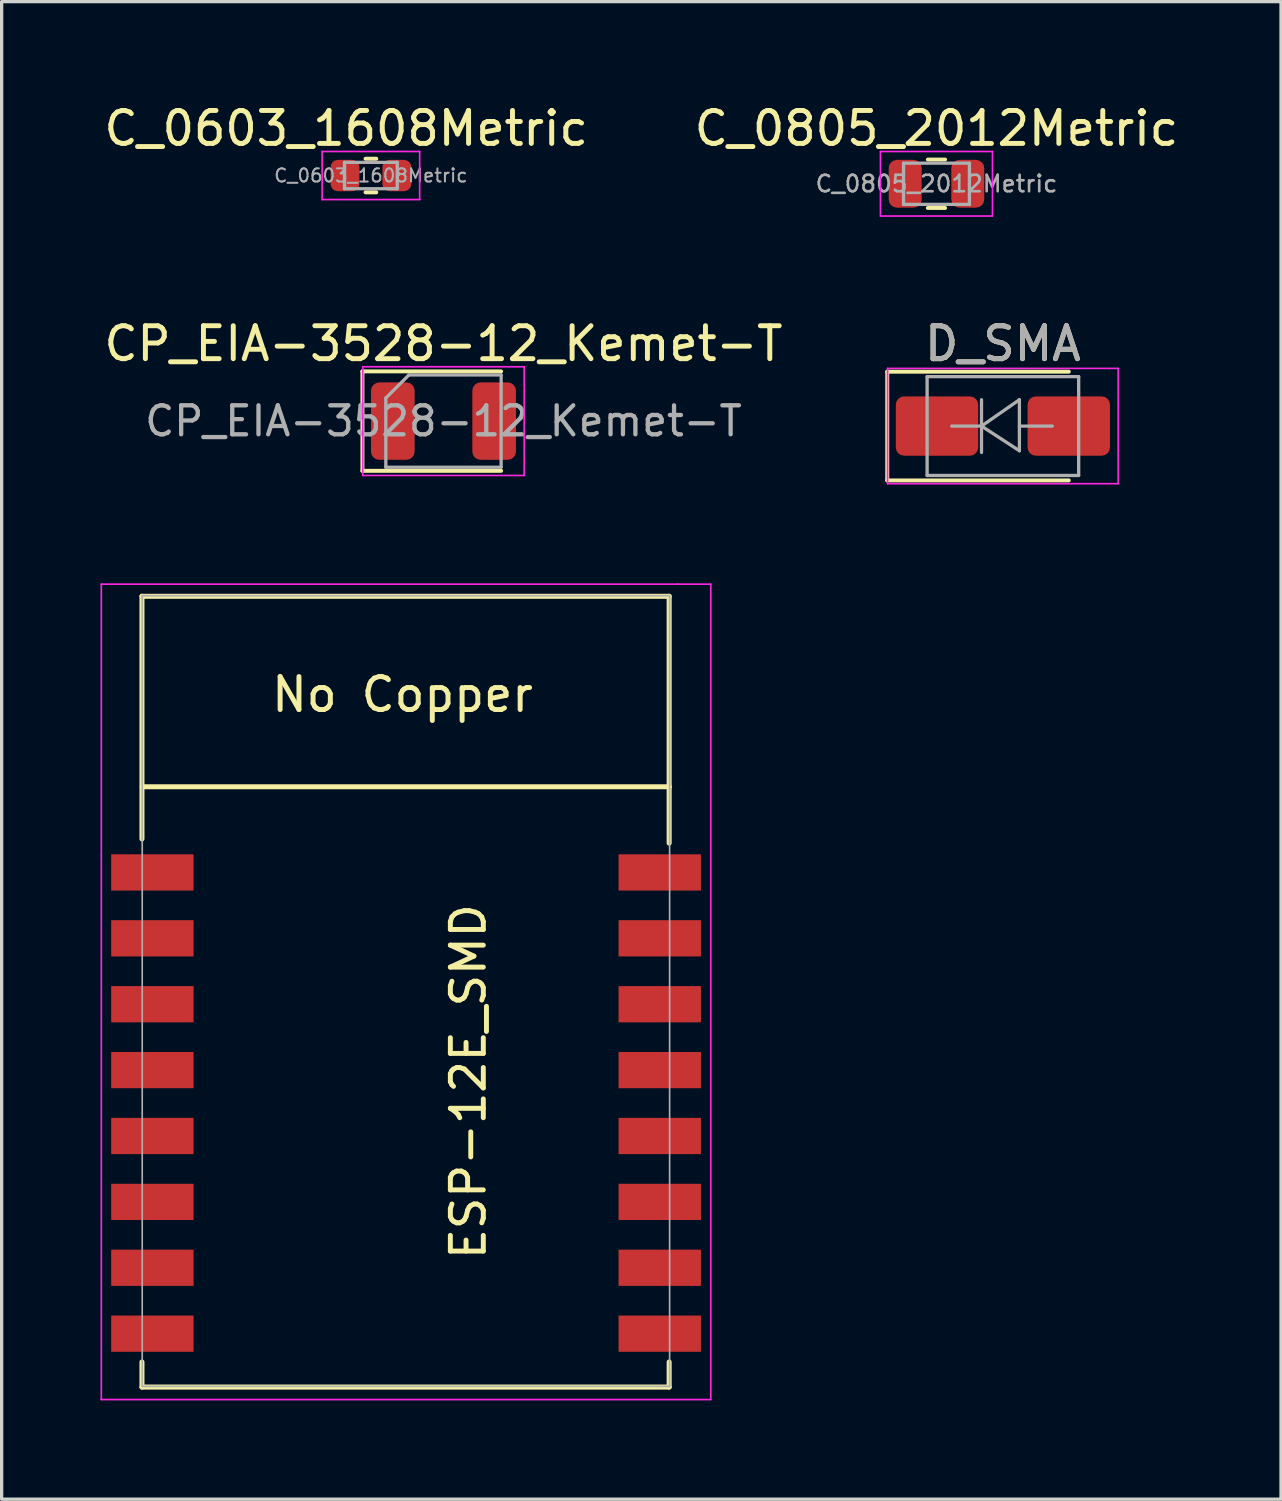
<source format=kicad_pcb>
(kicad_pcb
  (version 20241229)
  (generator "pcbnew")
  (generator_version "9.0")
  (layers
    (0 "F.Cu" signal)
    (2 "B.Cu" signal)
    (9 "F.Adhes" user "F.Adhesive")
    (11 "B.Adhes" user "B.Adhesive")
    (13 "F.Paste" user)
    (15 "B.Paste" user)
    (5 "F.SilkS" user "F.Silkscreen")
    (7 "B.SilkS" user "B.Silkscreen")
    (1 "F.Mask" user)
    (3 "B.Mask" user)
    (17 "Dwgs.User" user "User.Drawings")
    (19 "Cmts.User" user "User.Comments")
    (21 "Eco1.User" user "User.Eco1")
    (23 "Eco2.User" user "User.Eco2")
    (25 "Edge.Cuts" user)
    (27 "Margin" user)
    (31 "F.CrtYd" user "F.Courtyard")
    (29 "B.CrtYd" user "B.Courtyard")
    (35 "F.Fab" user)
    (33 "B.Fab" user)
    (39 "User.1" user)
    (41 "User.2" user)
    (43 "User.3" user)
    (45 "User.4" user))
  (footprint "ESP-12E_SMD"
    (layer "F.Cu")
    (at 2.275 23.431)
    (property "Reference" "ESP-12E_SMD" (at 8.89 6.35 270) (layer "F.SilkS") (effects (font (size 1 1) (thickness 0.15))))
    (attr through_hole)
    (fp_line (start -1.016 -8.382) (end -1.016 -1.016) (stroke (width 0.152) (type solid)) (layer "F.SilkS"))
    (fp_line (start -1.016 -8.382) (end 14.986 -8.382) (stroke (width 0.152) (type solid)) (layer "F.SilkS"))
    (fp_line (start -1.016 14.859) (end -1.016 15.621) (stroke (width 0.152) (type solid)) (layer "F.SilkS"))
    (fp_line (start -1.016 15.621) (end 14.986 15.621) (stroke (width 0.152) (type solid)) (layer "F.SilkS"))
    (fp_line (start -1.008 -2.6) (end 14.992 -2.6) (stroke (width 0.152) (type solid)) (layer "F.SilkS"))
    (fp_line (start 14.986 -8.382) (end 14.986 -0.889) (stroke (width 0.152) (type solid)) (layer "F.SilkS"))
    (fp_line (start 14.986 15.621) (end 14.986 14.859) (stroke (width 0.152) (type solid)) (layer "F.SilkS"))
    (fp_line (start -2.25 -8.75) (end 15.25 -8.75) (stroke (width 0.05) (type solid)) (layer "F.CrtYd"))
    (fp_line (start -2.25 -0.5) (end -2.25 -8.75) (stroke (width 0.05) (type solid)) (layer "F.CrtYd"))
    (fp_line (start -2.25 16) (end -2.25 -0.5) (stroke (width 0.05) (type solid)) (layer "F.CrtYd"))
    (fp_line (start 15.25 -8.75) (end 16.25 -8.75) (stroke (width 0.05) (type solid)) (layer "F.CrtYd"))
    (fp_line (start 16.25 -8.75) (end 16.25 16) (stroke (width 0.05) (type solid)) (layer "F.CrtYd"))
    (fp_line (start 16.25 16) (end -2.25 16) (stroke (width 0.05) (type solid)) (layer "F.CrtYd"))
    (fp_line (start -1.008 -8.4) (end 14.992 -8.4) (stroke (width 0.05) (type solid)) (layer "F.Fab"))
    (fp_line (start -1.008 15.6) (end -1.008 -8.4) (stroke (width 0.05) (type solid)) (layer "F.Fab"))
    (fp_line (start 14.992 15.6) (end -1.008 15.6) (stroke (width 0.05) (type solid)) (layer "F.Fab"))
    (fp_line (start 15 -8.4) (end 15 15.6) (stroke (width 0.05) (type solid)) (layer "F.Fab"))
    (fp_text user "No Copper" (at 6.892 -5.4 0) (layer "F.SilkS") (effects (font (size 1 1) (thickness 0.15))))
    (pad "1" smd rect (at 0 0) (size 2.5 1.1) (drill (offset -0.7 0)) (layers "F.Cu" "F.Mask" "F.Paste"))
    (pad "2" smd rect (at 0 2) (size 2.5 1.1) (drill (offset -0.7 0)) (layers "F.Cu" "F.Mask" "F.Paste"))
    (pad "3" smd rect (at 0 4) (size 2.5 1.1) (drill (offset -0.7 0)) (layers "F.Cu" "F.Mask" "F.Paste"))
    (pad "4" smd rect (at 0 6) (size 2.5 1.1) (drill (offset -0.7 0)) (layers "F.Cu" "F.Mask" "F.Paste"))
    (pad "5" smd rect (at 0 8) (size 2.5 1.1) (drill (offset -0.7 0)) (layers "F.Cu" "F.Mask" "F.Paste"))
    (pad "6" smd rect (at 0 10) (size 2.5 1.1) (drill (offset -0.7 0)) (layers "F.Cu" "F.Mask" "F.Paste"))
    (pad "7" smd rect (at 0 12) (size 2.5 1.1) (drill (offset -0.7 0)) (layers "F.Cu" "F.Mask" "F.Paste"))
    (pad "8" smd rect (at 0 14) (size 2.5 1.1) (drill (offset -0.7 0)) (layers "F.Cu" "F.Mask" "F.Paste"))
    (pad "9" smd rect (at 14 14) (size 2.5 1.1) (drill (offset 0.7 0)) (layers "F.Cu" "F.Mask" "F.Paste"))
    (pad "10" smd rect (at 14 12) (size 2.5 1.1) (drill (offset 0.7 0)) (layers "F.Cu" "F.Mask" "F.Paste"))
    (pad "11" smd rect (at 14 10) (size 2.5 1.1) (drill (offset 0.7 0)) (layers "F.Cu" "F.Mask" "F.Paste"))
    (pad "12" smd rect (at 14 8) (size 2.5 1.1) (drill (offset 0.7 0)) (layers "F.Cu" "F.Mask" "F.Paste"))
    (pad "13" smd rect (at 14 6) (size 2.5 1.1) (drill (offset 0.7 0)) (layers "F.Cu" "F.Mask" "F.Paste"))
    (pad "14" smd rect (at 14 4) (size 2.5 1.1) (drill (offset 0.7 0)) (layers "F.Cu" "F.Mask" "F.Paste"))
    (pad "15" smd rect (at 14 2) (size 2.5 1.1) (drill (offset 0.7 0)) (layers "F.Cu" "F.Mask" "F.Paste"))
    (pad "16" smd rect (at 14 0) (size 2.5 1.1) (drill (offset 0.7 0)) (layers "F.Cu" "F.Mask" "F.Paste")))
  (footprint "C_0805_2012Metric"
    (layer "F.Cu")
    (at 25.375 2.528)
    (property "Reference" "C_0805_2012Metric" (at 0 -1.68 0) (layer "F.SilkS") (effects (font (size 1 1) (thickness 0.15))))
    (attr smd)
    (fp_line (start -0.261 -0.735) (end 0.261 -0.735) (stroke (width 0.12) (type solid)) (layer "F.SilkS"))
    (fp_line (start -0.261 0.735) (end 0.261 0.735) (stroke (width 0.12) (type solid)) (layer "F.SilkS"))
    (fp_line (start -1.7 -0.98) (end 1.7 -0.98) (stroke (width 0.05) (type solid)) (layer "F.CrtYd"))
    (fp_line (start -1.7 0.98) (end -1.7 -0.98) (stroke (width 0.05) (type solid)) (layer "F.CrtYd"))
    (fp_line (start 1.7 -0.98) (end 1.7 0.98) (stroke (width 0.05) (type solid)) (layer "F.CrtYd"))
    (fp_line (start 1.7 0.98) (end -1.7 0.98) (stroke (width 0.05) (type solid)) (layer "F.CrtYd"))
    (fp_line (start -1 -0.625) (end 1 -0.625) (stroke (width 0.1) (type solid)) (layer "F.Fab"))
    (fp_line (start -1 0.625) (end -1 -0.625) (stroke (width 0.1) (type solid)) (layer "F.Fab"))
    (fp_line (start 1 -0.625) (end 1 0.625) (stroke (width 0.1) (type solid)) (layer "F.Fab"))
    (fp_line (start 1 0.625) (end -1 0.625) (stroke (width 0.1) (type solid)) (layer "F.Fab"))
    (fp_text user "${REFERENCE}" (at 0 0 0) (layer "F.Fab") (effects (font (size 0.5 0.5) (thickness 0.08))))
    (pad "1" smd roundrect (at -0.95 0) (size 1 1.45) (layers "F.Cu" "F.Mask" "F.Paste") (roundrect_rratio 0.25))
    (pad "2" smd roundrect (at 0.95 0) (size 1 1.45) (layers "F.Cu" "F.Mask" "F.Paste") (roundrect_rratio 0.25)))
  (footprint "D_SMA"
    (layer "F.Cu")
    (at 27.391 9.882)
    (property "Reference" "D_SMA" (at 0 -2.5 0) (layer "F.SilkS") (effects (font (size 1 1) (thickness 0.15))))
    (attr smd)
    (fp_line (start -3.51 -1.65) (end -3.51 1.65) (stroke (width 0.12) (type solid)) (layer "F.SilkS"))
    (fp_line (start -3.51 -1.65) (end 2 -1.65) (stroke (width 0.12) (type solid)) (layer "F.SilkS"))
    (fp_line (start -3.51 1.65) (end 2 1.65) (stroke (width 0.12) (type solid)) (layer "F.SilkS"))
    (fp_line (start -3.5 -1.75) (end 3.5 -1.75) (stroke (width 0.05) (type solid)) (layer "F.CrtYd"))
    (fp_line (start -3.5 1.75) (end -3.5 -1.75) (stroke (width 0.05) (type solid)) (layer "F.CrtYd"))
    (fp_line (start 3.5 -1.75) (end 3.5 1.75) (stroke (width 0.05) (type solid)) (layer "F.CrtYd"))
    (fp_line (start 3.5 1.75) (end -3.5 1.75) (stroke (width 0.05) (type solid)) (layer "F.CrtYd"))
    (fp_line (start -2.3 1.5) (end -2.3 -1.5) (stroke (width 0.1) (type solid)) (layer "F.Fab"))
    (fp_line (start -0.649 -0.799) (end -0.649 0.801) (stroke (width 0.1) (type solid)) (layer "F.Fab"))
    (fp_line (start -0.649 0.001) (end -1.551 0.001) (stroke (width 0.1) (type solid)) (layer "F.Fab"))
    (fp_line (start -0.649 0.001) (end 0.501 -0.799) (stroke (width 0.1) (type solid)) (layer "F.Fab"))
    (fp_line (start -0.649 0.001) (end 0.501 0.75) (stroke (width 0.1) (type solid)) (layer "F.Fab"))
    (fp_line (start 0.501 0.001) (end 1.499 0.001) (stroke (width 0.1) (type solid)) (layer "F.Fab"))
    (fp_line (start 0.501 0.75) (end 0.501 -0.799) (stroke (width 0.1) (type solid)) (layer "F.Fab"))
    (fp_line (start 2.3 -1.5) (end -2.3 -1.5) (stroke (width 0.1) (type solid)) (layer "F.Fab"))
    (fp_line (start 2.3 -1.5) (end 2.3 1.5) (stroke (width 0.1) (type solid)) (layer "F.Fab"))
    (fp_line (start 2.3 1.5) (end -2.3 1.5) (stroke (width 0.1) (type solid)) (layer "F.Fab"))
    (fp_text user "${REFERENCE}" (at 0 -2.5 0) (layer "F.Fab") (effects (font (size 1 1) (thickness 0.15))))
    (pad "1" smd roundrect (at -2 0) (size 2.5 1.8) (layers "F.Cu" "F.Mask" "F.Paste") (roundrect_rratio 0.139))
    (pad "2" smd roundrect (at 2 0) (size 2.5 1.8) (layers "F.Cu" "F.Mask" "F.Paste") (roundrect_rratio 0.139)))
  (footprint "C_0603_1608Metric"
    (layer "F.Cu")
    (at 8.208 2.278)
    (property "Reference" "C_0603_1608Metric" (at -0.75 -1.43 180) (layer "F.SilkS") (effects (font (size 1 1) (thickness 0.15))))
    (attr smd)
    (fp_line (start -0.163 -0.51) (end 0.163 -0.51) (stroke (width 0.12) (type solid)) (layer "F.SilkS"))
    (fp_line (start -0.163 0.51) (end 0.163 0.51) (stroke (width 0.12) (type solid)) (layer "F.SilkS"))
    (fp_line (start -1.48 -0.73) (end 1.48 -0.73) (stroke (width 0.05) (type solid)) (layer "F.CrtYd"))
    (fp_line (start -1.48 0.73) (end -1.48 -0.73) (stroke (width 0.05) (type solid)) (layer "F.CrtYd"))
    (fp_line (start 1.48 -0.73) (end 1.48 0.73) (stroke (width 0.05) (type solid)) (layer "F.CrtYd"))
    (fp_line (start 1.48 0.73) (end -1.48 0.73) (stroke (width 0.05) (type solid)) (layer "F.CrtYd"))
    (fp_line (start -0.8 -0.4) (end 0.8 -0.4) (stroke (width 0.1) (type solid)) (layer "F.Fab"))
    (fp_line (start -0.8 0.4) (end -0.8 -0.4) (stroke (width 0.1) (type solid)) (layer "F.Fab"))
    (fp_line (start 0.8 -0.4) (end 0.8 0.4) (stroke (width 0.1) (type solid)) (layer "F.Fab"))
    (fp_line (start 0.8 0.4) (end -0.8 0.4) (stroke (width 0.1) (type solid)) (layer "F.Fab"))
    (fp_text user "${REFERENCE}" (at 0 0 180) (layer "F.Fab") (effects (font (size 0.4 0.4) (thickness 0.06))))
    (pad "1" smd roundrect (at -0.787 0) (size 0.875 0.95) (layers "F.Cu" "F.Mask" "F.Paste") (roundrect_rratio 0.25))
    (pad "2" smd roundrect (at 0.787 0) (size 0.875 0.95) (layers "F.Cu" "F.Mask" "F.Paste") (roundrect_rratio 0.25)))
  (footprint "CP_EIA-3528-12_Kemet-T"
    (layer "F.Cu")
    (at 10.411 9.732)
    (property "Reference" "CP_EIA-3528-12_Kemet-T" (at 0 -2.35 0) (layer "F.SilkS") (effects (font (size 1 1) (thickness 0.15))))
    (attr smd)
    (fp_line (start -2.46 -1.51) (end -2.46 1.51) (stroke (width 0.12) (type solid)) (layer "F.SilkS"))
    (fp_line (start -2.46 1.51) (end 1.75 1.51) (stroke (width 0.12) (type solid)) (layer "F.SilkS"))
    (fp_line (start 1.75 -1.51) (end -2.46 -1.51) (stroke (width 0.12) (type solid)) (layer "F.SilkS"))
    (fp_line (start -2.45 -1.65) (end 2.45 -1.65) (stroke (width 0.05) (type solid)) (layer "F.CrtYd"))
    (fp_line (start -2.45 1.65) (end -2.45 -1.65) (stroke (width 0.05) (type solid)) (layer "F.CrtYd"))
    (fp_line (start 2.45 -1.65) (end 2.45 1.65) (stroke (width 0.05) (type solid)) (layer "F.CrtYd"))
    (fp_line (start 2.45 1.65) (end -2.45 1.65) (stroke (width 0.05) (type solid)) (layer "F.CrtYd"))
    (fp_line (start -1.75 -0.7) (end -1.75 1.4) (stroke (width 0.1) (type solid)) (layer "F.Fab"))
    (fp_line (start -1.75 1.4) (end 1.75 1.4) (stroke (width 0.1) (type solid)) (layer "F.Fab"))
    (fp_line (start -1.05 -1.4) (end -1.75 -0.7) (stroke (width 0.1) (type solid)) (layer "F.Fab"))
    (fp_line (start 1.75 -1.4) (end -1.05 -1.4) (stroke (width 0.1) (type solid)) (layer "F.Fab"))
    (fp_line (start 1.75 1.4) (end 1.75 -1.4) (stroke (width 0.1) (type solid)) (layer "F.Fab"))
    (fp_text user "${REFERENCE}" (at 0 0 0) (layer "F.Fab") (effects (font (size 0.88 0.88) (thickness 0.13))))
    (pad "1" smd roundrect (at -1.538 0) (size 1.325 2.35) (layers "F.Cu" "F.Mask" "F.Paste") (roundrect_rratio 0.189))
    (pad "2" smd roundrect (at 1.538 0) (size 1.325 2.35) (layers "F.Cu" "F.Mask" "F.Paste") (roundrect_rratio 0.189)))
  (gr_rect
    (start -3 -3)
    (end 35.833 42.456)
    (stroke (width 0.1) (type default))
    (fill no)
    (layer "Edge.Cuts")))
</source>
